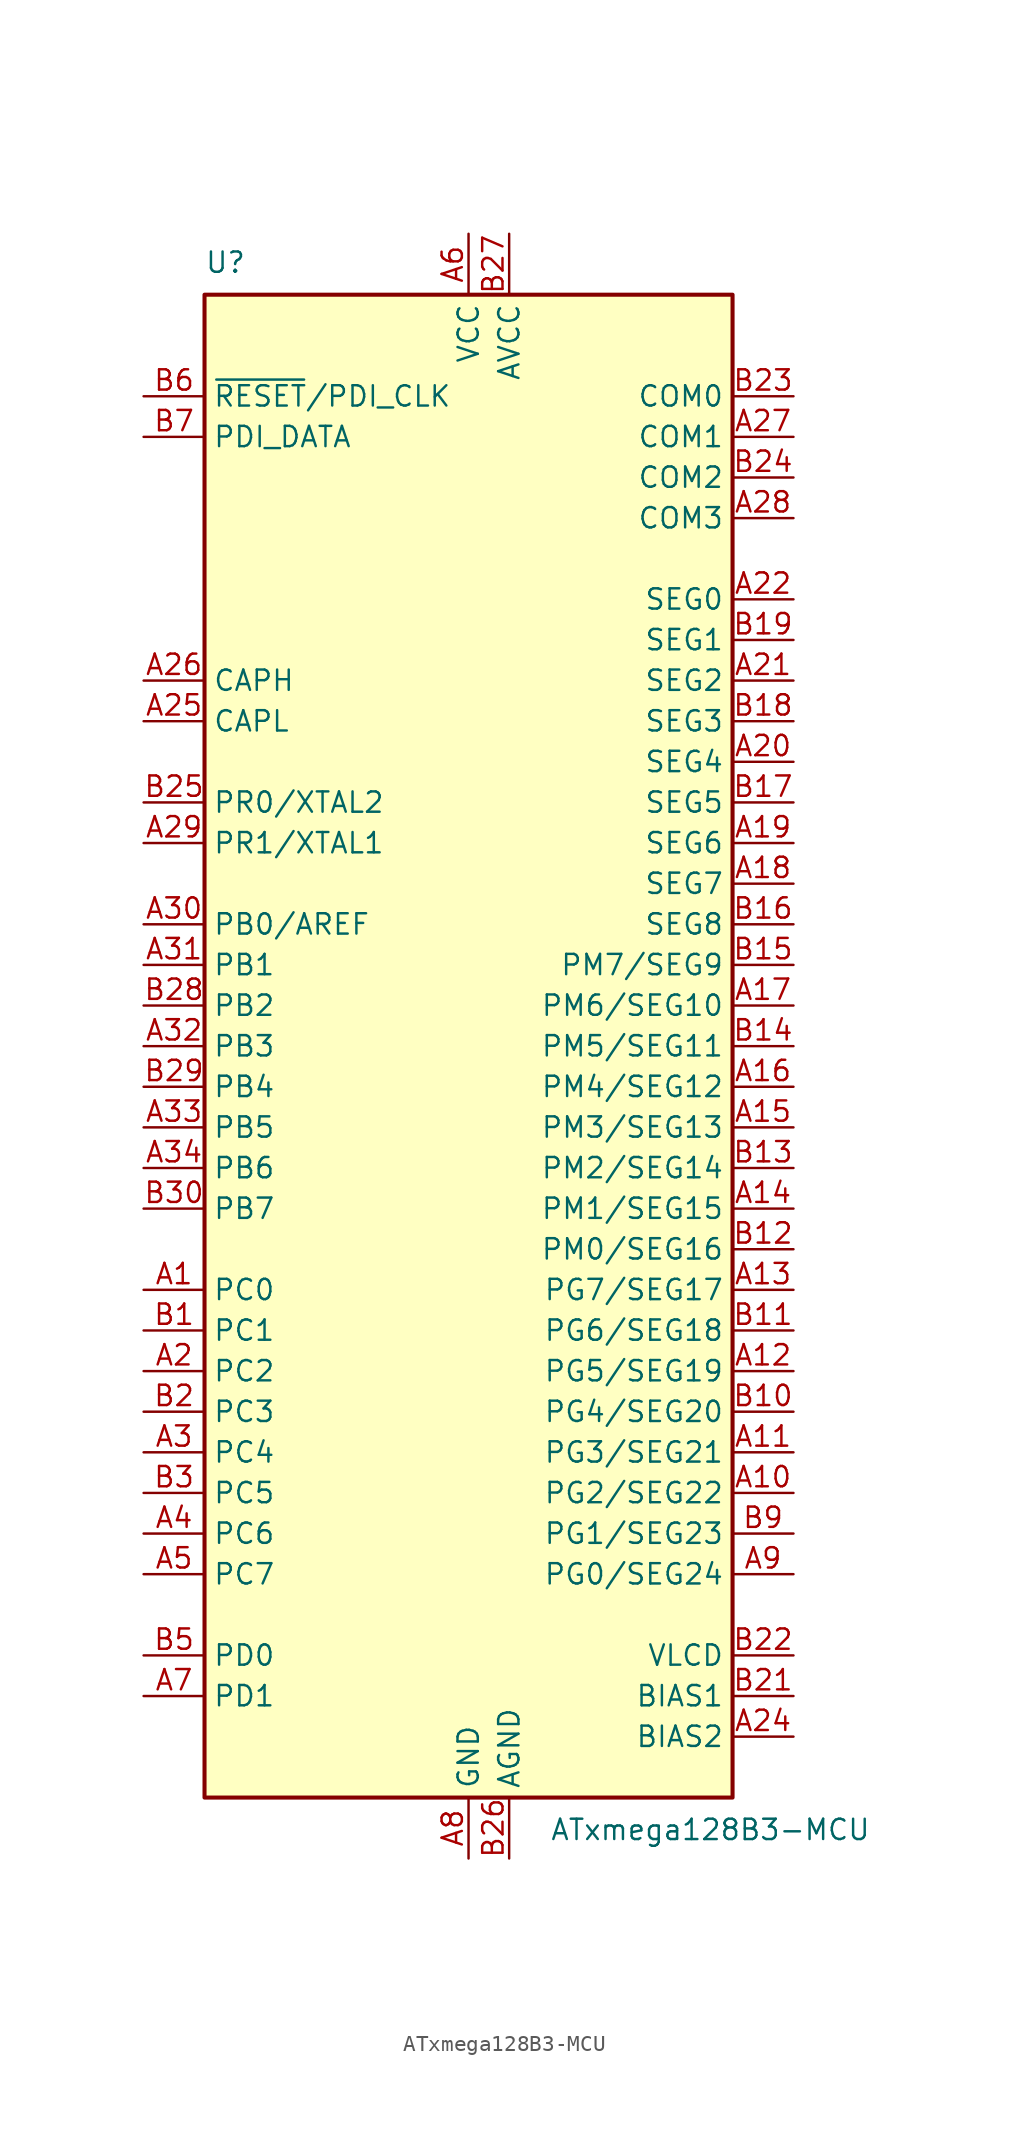
<source format=kicad_sym>
(kicad_symbol_lib
  (version 20211014)
  (generator kicad_symbol_editor)
  (symbol "ATxmega128B3-MCU"
    (property "Reference" "U"
      (at -16.51 48.26 0)
      (effects (font (size 1.27 1.27)) (justify left bottom)))
    (property "Value" "ATxmega128B3-MCU"
      (at 5.08 -48.26 0)
      (effects (font (size 1.27 1.27)) (justify left top)))
    (symbol "ATxmega128B3-MCU_0_1"
      (rectangle (start -16.51 -46.99) (end 16.51 46.99) (stroke (width 0.254) (type default) (color 0 0 0 0)) (fill (type background))))
    (symbol "ATxmega128B3-MCU_1_1"
      (pin bidirectional line (at -20.32 -15.24 0) (length 3.81) (name "PC0" (effects (font (size 1.27 1.27)))) (number "A1" (effects (font (size 1.27 1.27)))))
      (pin bidirectional line (at 20.32 -27.94 180) (length 3.81) (name "PG2/SEG22" (effects (font (size 1.27 1.27)))) (number "A10" (effects (font (size 1.27 1.27)))))
      (pin bidirectional line (at 20.32 -25.4 180) (length 3.81) (name "PG3/SEG21" (effects (font (size 1.27 1.27)))) (number "A11" (effects (font (size 1.27 1.27)))))
      (pin bidirectional line (at 20.32 -20.32 180) (length 3.81) (name "PG5/SEG19" (effects (font (size 1.27 1.27)))) (number "A12" (effects (font (size 1.27 1.27)))))
      (pin bidirectional line (at 20.32 -15.24 180) (length 3.81) (name "PG7/SEG17" (effects (font (size 1.27 1.27)))) (number "A13" (effects (font (size 1.27 1.27)))))
      (pin bidirectional line (at 20.32 -10.16 180) (length 3.81) (name "PM1/SEG15" (effects (font (size 1.27 1.27)))) (number "A14" (effects (font (size 1.27 1.27)))))
      (pin bidirectional line (at 20.32 -5.08 180) (length 3.81) (name "PM3/SEG13" (effects (font (size 1.27 1.27)))) (number "A15" (effects (font (size 1.27 1.27)))))
      (pin bidirectional line (at 20.32 -2.54 180) (length 3.81) (name "PM4/SEG12" (effects (font (size 1.27 1.27)))) (number "A16" (effects (font (size 1.27 1.27)))))
      (pin bidirectional line (at 20.32 2.54 180) (length 3.81) (name "PM6/SEG10" (effects (font (size 1.27 1.27)))) (number "A17" (effects (font (size 1.27 1.27)))))
      (pin output line (at 20.32 10.16 180) (length 3.81) (name "SEG7" (effects (font (size 1.27 1.27)))) (number "A18" (effects (font (size 1.27 1.27)))))
      (pin output line (at 20.32 12.7 180) (length 3.81) (name "SEG6" (effects (font (size 1.27 1.27)))) (number "A19" (effects (font (size 1.27 1.27)))))
      (pin bidirectional line (at -20.32 -20.32 0) (length 3.81) (name "PC2" (effects (font (size 1.27 1.27)))) (number "A2" (effects (font (size 1.27 1.27)))))
      (pin output line (at 20.32 17.78 180) (length 3.81) (name "SEG4" (effects (font (size 1.27 1.27)))) (number "A20" (effects (font (size 1.27 1.27)))))
      (pin output line (at 20.32 22.86 180) (length 3.81) (name "SEG2" (effects (font (size 1.27 1.27)))) (number "A21" (effects (font (size 1.27 1.27)))))
      (pin output line (at 20.32 27.94 180) (length 3.81) (name "SEG0" (effects (font (size 1.27 1.27)))) (number "A22" (effects (font (size 1.27 1.27)))))
      (pin passive line (at 0 50.8 270) (length 3.81) hide (name "VCC" (effects (font (size 1.27 1.27)))) (number "A23" (effects (font (size 1.27 1.27)))))
      (pin power_out line (at 20.32 -43.18 180) (length 3.81) (name "BIAS2" (effects (font (size 1.27 1.27)))) (number "A24" (effects (font (size 1.27 1.27)))))
      (pin passive line (at -20.32 20.32 0) (length 3.81) (name "CAPL" (effects (font (size 1.27 1.27)))) (number "A25" (effects (font (size 1.27 1.27)))))
      (pin passive line (at -20.32 22.86 0) (length 3.81) (name "CAPH" (effects (font (size 1.27 1.27)))) (number "A26" (effects (font (size 1.27 1.27)))))
      (pin output line (at 20.32 38.1 180) (length 3.81) (name "COM1" (effects (font (size 1.27 1.27)))) (number "A27" (effects (font (size 1.27 1.27)))))
      (pin output line (at 20.32 33.02 180) (length 3.81) (name "COM3" (effects (font (size 1.27 1.27)))) (number "A28" (effects (font (size 1.27 1.27)))))
      (pin bidirectional line (at -20.32 12.7 0) (length 3.81) (name "PR1/XTAL1" (effects (font (size 1.27 1.27)))) (number "A29" (effects (font (size 1.27 1.27)))))
      (pin bidirectional line (at -20.32 -25.4 0) (length 3.81) (name "PC4" (effects (font (size 1.27 1.27)))) (number "A3" (effects (font (size 1.27 1.27)))))
      (pin bidirectional line (at -20.32 7.62 0) (length 3.81) (name "PB0/AREF" (effects (font (size 1.27 1.27)))) (number "A30" (effects (font (size 1.27 1.27)))))
      (pin bidirectional line (at -20.32 5.08 0) (length 3.81) (name "PB1" (effects (font (size 1.27 1.27)))) (number "A31" (effects (font (size 1.27 1.27)))))
      (pin bidirectional line (at -20.32 0 0) (length 3.81) (name "PB3" (effects (font (size 1.27 1.27)))) (number "A32" (effects (font (size 1.27 1.27)))))
      (pin bidirectional line (at -20.32 -5.08 0) (length 3.81) (name "PB5" (effects (font (size 1.27 1.27)))) (number "A33" (effects (font (size 1.27 1.27)))))
      (pin bidirectional line (at -20.32 -7.62 0) (length 3.81) (name "PB6" (effects (font (size 1.27 1.27)))) (number "A34" (effects (font (size 1.27 1.27)))))
      (pin bidirectional line (at -20.32 -30.48 0) (length 3.81) (name "PC6" (effects (font (size 1.27 1.27)))) (number "A4" (effects (font (size 1.27 1.27)))))
      (pin bidirectional line (at -20.32 -33.02 0) (length 3.81) (name "PC7" (effects (font (size 1.27 1.27)))) (number "A5" (effects (font (size 1.27 1.27)))))
      (pin power_in line (at 0 50.8 270) (length 3.81) (name "VCC" (effects (font (size 1.27 1.27)))) (number "A6" (effects (font (size 1.27 1.27)))))
      (pin bidirectional line (at -20.32 -40.64 0) (length 3.81) (name "PD1" (effects (font (size 1.27 1.27)))) (number "A7" (effects (font (size 1.27 1.27)))))
      (pin power_in line (at 0 -50.8 90) (length 3.81) (name "GND" (effects (font (size 1.27 1.27)))) (number "A8" (effects (font (size 1.27 1.27)))))
      (pin bidirectional line (at 20.32 -33.02 180) (length 3.81) (name "PG0/SEG24" (effects (font (size 1.27 1.27)))) (number "A9" (effects (font (size 1.27 1.27)))))
      (pin bidirectional line (at -20.32 -17.78 0) (length 3.81) (name "PC1" (effects (font (size 1.27 1.27)))) (number "B1" (effects (font (size 1.27 1.27)))))
      (pin bidirectional line (at 20.32 -22.86 180) (length 3.81) (name "PG4/SEG20" (effects (font (size 1.27 1.27)))) (number "B10" (effects (font (size 1.27 1.27)))))
      (pin bidirectional line (at 20.32 -17.78 180) (length 3.81) (name "PG6/SEG18" (effects (font (size 1.27 1.27)))) (number "B11" (effects (font (size 1.27 1.27)))))
      (pin bidirectional line (at 20.32 -12.7 180) (length 3.81) (name "PM0/SEG16" (effects (font (size 1.27 1.27)))) (number "B12" (effects (font (size 1.27 1.27)))))
      (pin bidirectional line (at 20.32 -7.62 180) (length 3.81) (name "PM2/SEG14" (effects (font (size 1.27 1.27)))) (number "B13" (effects (font (size 1.27 1.27)))))
      (pin bidirectional line (at 20.32 0 180) (length 3.81) (name "PM5/SEG11" (effects (font (size 1.27 1.27)))) (number "B14" (effects (font (size 1.27 1.27)))))
      (pin bidirectional line (at 20.32 5.08 180) (length 3.81) (name "PM7/SEG9" (effects (font (size 1.27 1.27)))) (number "B15" (effects (font (size 1.27 1.27)))))
      (pin output line (at 20.32 7.62 180) (length 3.81) (name "SEG8" (effects (font (size 1.27 1.27)))) (number "B16" (effects (font (size 1.27 1.27)))))
      (pin output line (at 20.32 15.24 180) (length 3.81) (name "SEG5" (effects (font (size 1.27 1.27)))) (number "B17" (effects (font (size 1.27 1.27)))))
      (pin output line (at 20.32 20.32 180) (length 3.81) (name "SEG3" (effects (font (size 1.27 1.27)))) (number "B18" (effects (font (size 1.27 1.27)))))
      (pin output line (at 20.32 25.4 180) (length 3.81) (name "SEG1" (effects (font (size 1.27 1.27)))) (number "B19" (effects (font (size 1.27 1.27)))))
      (pin bidirectional line (at -20.32 -22.86 0) (length 3.81) (name "PC3" (effects (font (size 1.27 1.27)))) (number "B2" (effects (font (size 1.27 1.27)))))
      (pin passive line (at 0 -50.8 90) (length 3.81) hide (name "GND" (effects (font (size 1.27 1.27)))) (number "B20" (effects (font (size 1.27 1.27)))))
      (pin power_out line (at 20.32 -40.64 180) (length 3.81) (name "BIAS1" (effects (font (size 1.27 1.27)))) (number "B21" (effects (font (size 1.27 1.27)))))
      (pin power_out line (at 20.32 -38.1 180) (length 3.81) (name "VLCD" (effects (font (size 1.27 1.27)))) (number "B22" (effects (font (size 1.27 1.27)))))
      (pin output line (at 20.32 40.64 180) (length 3.81) (name "COM0" (effects (font (size 1.27 1.27)))) (number "B23" (effects (font (size 1.27 1.27)))))
      (pin output line (at 20.32 35.56 180) (length 3.81) (name "COM2" (effects (font (size 1.27 1.27)))) (number "B24" (effects (font (size 1.27 1.27)))))
      (pin bidirectional line (at -20.32 15.24 0) (length 3.81) (name "PR0/XTAL2" (effects (font (size 1.27 1.27)))) (number "B25" (effects (font (size 1.27 1.27)))))
      (pin power_in line (at 2.54 -50.8 90) (length 3.81) (name "AGND" (effects (font (size 1.27 1.27)))) (number "B26" (effects (font (size 1.27 1.27)))))
      (pin power_in line (at 2.54 50.8 270) (length 3.81) (name "AVCC" (effects (font (size 1.27 1.27)))) (number "B27" (effects (font (size 1.27 1.27)))))
      (pin bidirectional line (at -20.32 2.54 0) (length 3.81) (name "PB2" (effects (font (size 1.27 1.27)))) (number "B28" (effects (font (size 1.27 1.27)))))
      (pin bidirectional line (at -20.32 -2.54 0) (length 3.81) (name "PB4" (effects (font (size 1.27 1.27)))) (number "B29" (effects (font (size 1.27 1.27)))))
      (pin bidirectional line (at -20.32 -27.94 0) (length 3.81) (name "PC5" (effects (font (size 1.27 1.27)))) (number "B3" (effects (font (size 1.27 1.27)))))
      (pin bidirectional line (at -20.32 -10.16 0) (length 3.81) (name "PB7" (effects (font (size 1.27 1.27)))) (number "B30" (effects (font (size 1.27 1.27)))))
      (pin passive line (at 0 -50.8 90) (length 3.81) hide (name "GND" (effects (font (size 1.27 1.27)))) (number "B4" (effects (font (size 1.27 1.27)))))
      (pin bidirectional line (at -20.32 -38.1 0) (length 3.81) (name "PD0" (effects (font (size 1.27 1.27)))) (number "B5" (effects (font (size 1.27 1.27)))))
      (pin input line (at -20.32 40.64 0) (length 3.81) (name "~{RESET}/PDI_CLK" (effects (font (size 1.27 1.27)))) (number "B6" (effects (font (size 1.27 1.27)))))
      (pin bidirectional line (at -20.32 38.1 0) (length 3.81) (name "PDI_DATA" (effects (font (size 1.27 1.27)))) (number "B7" (effects (font (size 1.27 1.27)))))
      (pin passive line (at 0 50.8 270) (length 3.81) hide (name "VCC" (effects (font (size 1.27 1.27)))) (number "B8" (effects (font (size 1.27 1.27)))))
      (pin bidirectional line (at 20.32 -30.48 180) (length 3.81) (name "PG1/SEG23" (effects (font (size 1.27 1.27)))) (number "B9" (effects (font (size 1.27 1.27)))))
      (pin passive line (at 0 -50.8 90) (length 3.81) hide (name "GND" (effects (font (size 1.27 1.27)))) (number "EP" (effects (font (size 1.27 1.27))))))))
</source>
